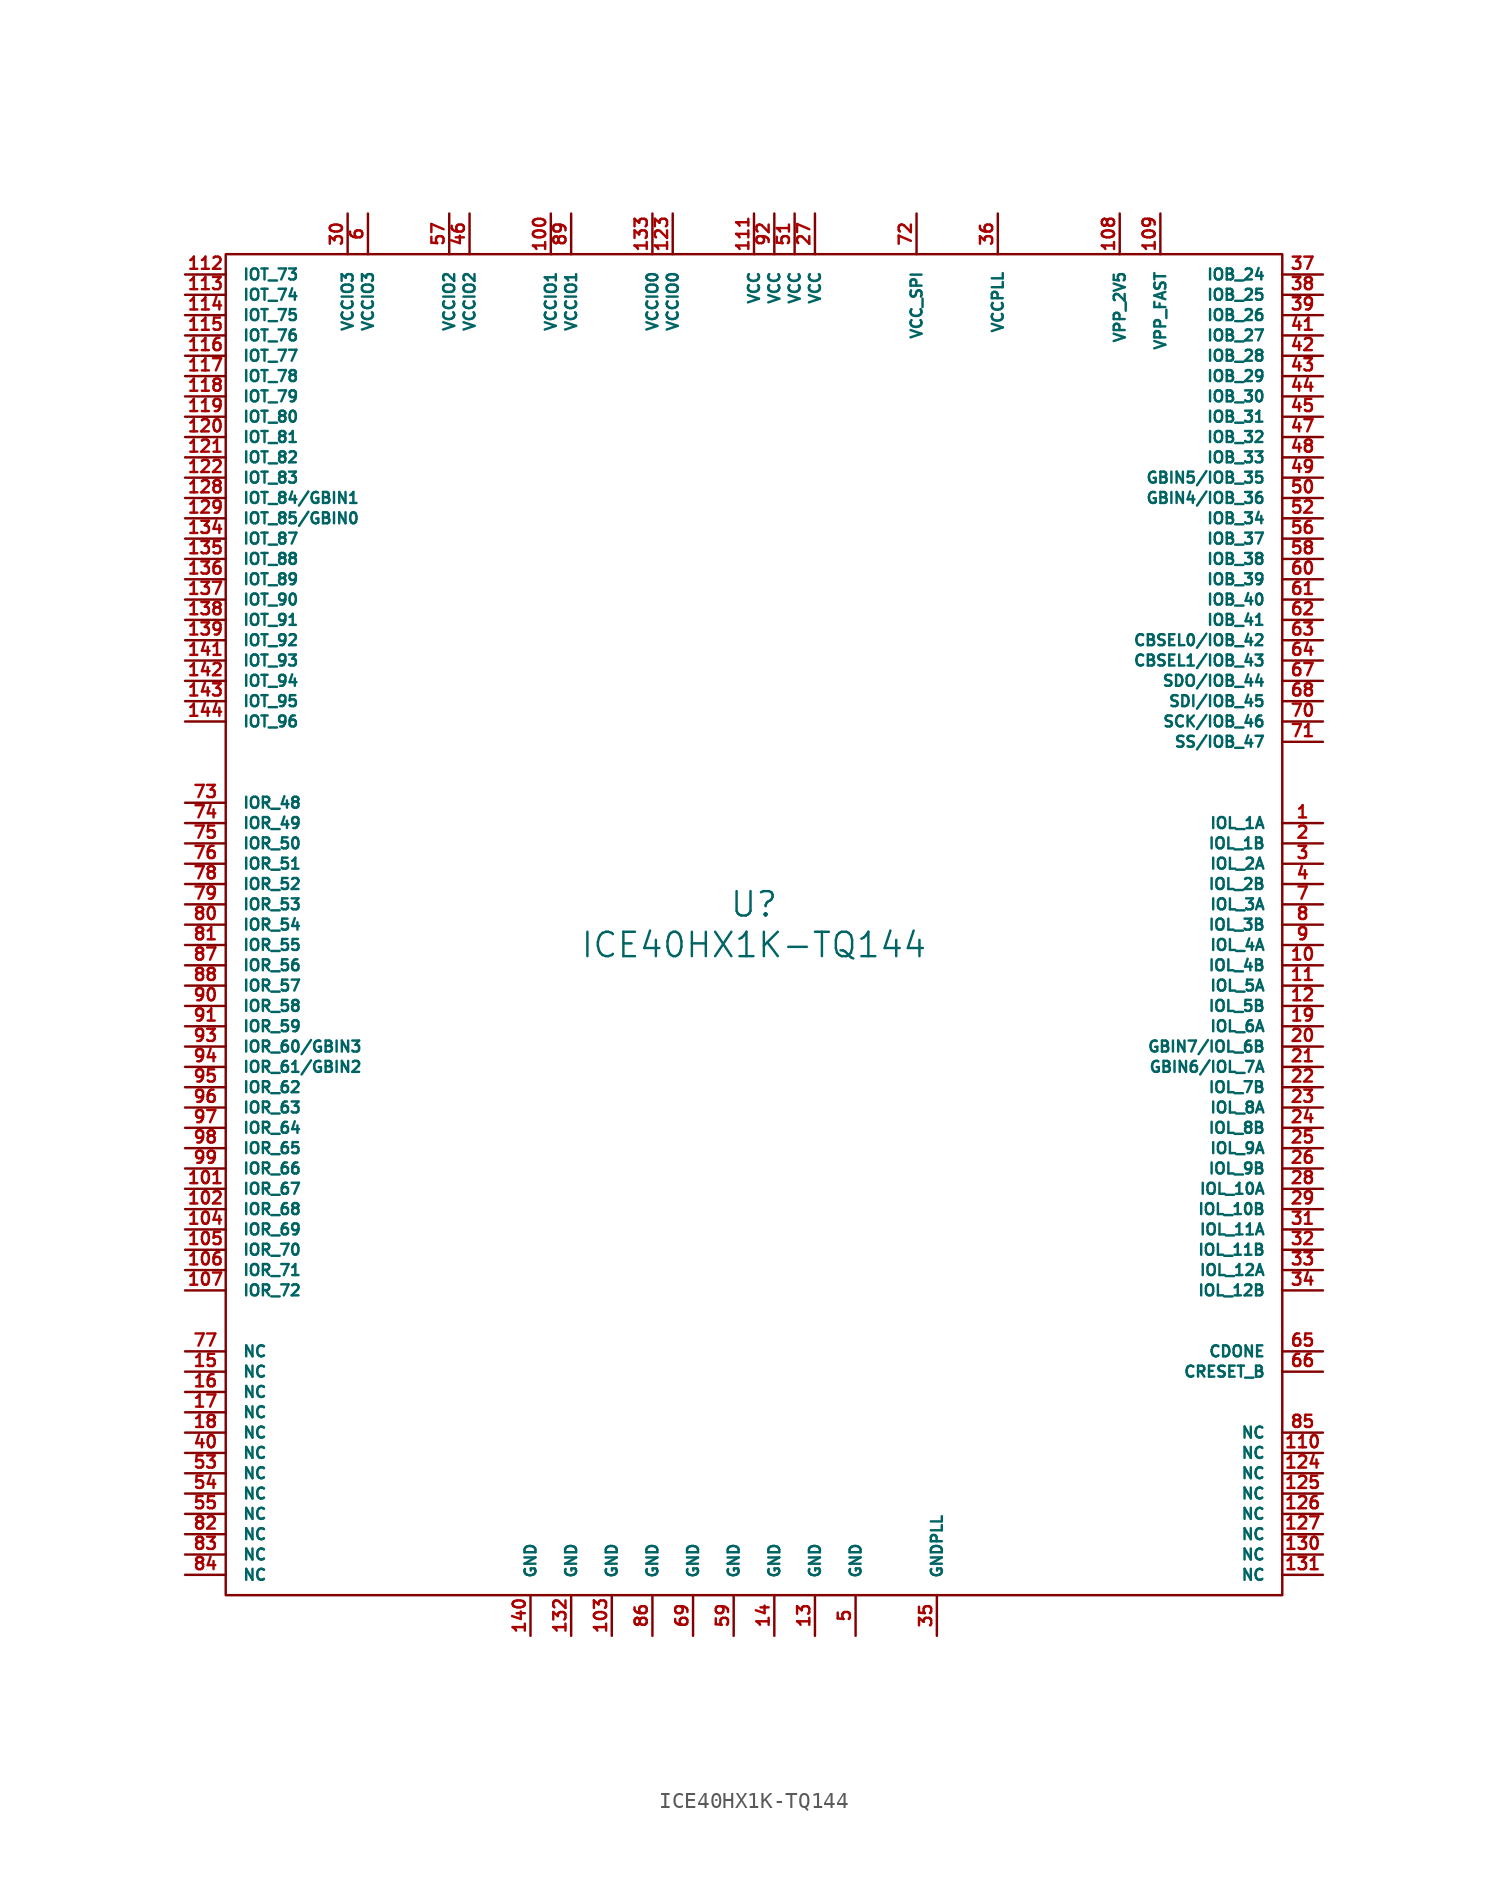
<source format=kicad_sym>
(kicad_symbol_lib
  (version 20220914)
  (generator kicad_symbol_editor)
  (symbol "ICE40HX1K-TQ144"
    (pin_names
      (offset 1.016))
    (property "Reference" "U"
      (at 0 1.27 0)
      (effects (font (size 1.524 1.524))))
    (property "Value" "ICE40HX1K-TQ144"
      (at 0 -1.27 0)
      (effects (font (size 1.524 1.524))))
    (property "Footprint" ""
      (at 0 3.81 0)
      (effects (font (size 1.524 1.524))))
    (property "Datasheet" ""
      (at 0 0 0)
      (effects (font (size 1.524 1.524))))
    (symbol "ICE40HX1K-TQ144_0_1"
      (rectangle (start 33.02 -41.91) (end -33.02 41.91) (stroke (width 0) (type solid)) (fill (type none))))
    (symbol "ICE40HX1K-TQ144_1_1"
      (pin passive line (at 35.56 6.35 180) (length 2.54) (name "IOL_1A" (effects (font (size 0.686 0.686)))) (number "1" (effects (font (size 0.762 0.762)))))
      (pin passive line (at 35.56 -2.54 180) (length 2.54) (name "IOL_4B" (effects (font (size 0.686 0.686)))) (number "10" (effects (font (size 0.762 0.762)))))
      (pin passive line (at -12.7 44.45 270) (length 2.54) (name "VCCIO1" (effects (font (size 0.686 0.686)))) (number "100" (effects (font (size 0.762 0.762)))))
      (pin passive line (at -35.56 -16.51 0) (length 2.54) (name "IOR_67" (effects (font (size 0.686 0.686)))) (number "101" (effects (font (size 0.762 0.762)))))
      (pin passive line (at -35.56 -17.78 0) (length 2.54) (name "IOR_68" (effects (font (size 0.686 0.686)))) (number "102" (effects (font (size 0.762 0.762)))))
      (pin passive line (at -8.89 -44.45 90) (length 2.54) (name "GND" (effects (font (size 0.686 0.686)))) (number "103" (effects (font (size 0.762 0.762)))))
      (pin passive line (at -35.56 -19.05 0) (length 2.54) (name "IOR_69" (effects (font (size 0.686 0.686)))) (number "104" (effects (font (size 0.762 0.762)))))
      (pin passive line (at -35.56 -20.32 0) (length 2.54) (name "IOR_70" (effects (font (size 0.686 0.686)))) (number "105" (effects (font (size 0.762 0.762)))))
      (pin passive line (at -35.56 -21.59 0) (length 2.54) (name "IOR_71" (effects (font (size 0.686 0.686)))) (number "106" (effects (font (size 0.762 0.762)))))
      (pin passive line (at -35.56 -22.86 0) (length 2.54) (name "IOR_72" (effects (font (size 0.686 0.686)))) (number "107" (effects (font (size 0.762 0.762)))))
      (pin passive line (at 22.86 44.45 270) (length 2.54) (name "VPP_2V5" (effects (font (size 0.686 0.686)))) (number "108" (effects (font (size 0.762 0.762)))))
      (pin passive line (at 25.4 44.45 270) (length 2.54) (name "VPP_FAST" (effects (font (size 0.686 0.686)))) (number "109" (effects (font (size 0.762 0.762)))))
      (pin passive line (at 35.56 -3.81 180) (length 2.54) (name "IOL_5A" (effects (font (size 0.686 0.686)))) (number "11" (effects (font (size 0.762 0.762)))))
      (pin passive line (at 35.56 -33.02 180) (length 2.54) (name "NC" (effects (font (size 0.686 0.686)))) (number "110" (effects (font (size 0.762 0.762)))))
      (pin passive line (at 0 44.45 270) (length 2.54) (name "VCC" (effects (font (size 0.686 0.686)))) (number "111" (effects (font (size 0.762 0.762)))))
      (pin passive line (at -35.56 40.64 0) (length 2.54) (name "IOT_73" (effects (font (size 0.686 0.686)))) (number "112" (effects (font (size 0.762 0.762)))))
      (pin passive line (at -35.56 39.37 0) (length 2.54) (name "IOT_74" (effects (font (size 0.686 0.686)))) (number "113" (effects (font (size 0.762 0.762)))))
      (pin passive line (at -35.56 38.1 0) (length 2.54) (name "IOT_75" (effects (font (size 0.686 0.686)))) (number "114" (effects (font (size 0.762 0.762)))))
      (pin passive line (at -35.56 36.83 0) (length 2.54) (name "IOT_76" (effects (font (size 0.686 0.686)))) (number "115" (effects (font (size 0.762 0.762)))))
      (pin passive line (at -35.56 35.56 0) (length 2.54) (name "IOT_77" (effects (font (size 0.686 0.686)))) (number "116" (effects (font (size 0.762 0.762)))))
      (pin passive line (at -35.56 34.29 0) (length 2.54) (name "IOT_78" (effects (font (size 0.686 0.686)))) (number "117" (effects (font (size 0.762 0.762)))))
      (pin passive line (at -35.56 33.02 0) (length 2.54) (name "IOT_79" (effects (font (size 0.686 0.686)))) (number "118" (effects (font (size 0.762 0.762)))))
      (pin passive line (at -35.56 31.75 0) (length 2.54) (name "IOT_80" (effects (font (size 0.686 0.686)))) (number "119" (effects (font (size 0.762 0.762)))))
      (pin passive line (at 35.56 -5.08 180) (length 2.54) (name "IOL_5B" (effects (font (size 0.686 0.686)))) (number "12" (effects (font (size 0.762 0.762)))))
      (pin passive line (at -35.56 30.48 0) (length 2.54) (name "IOT_81" (effects (font (size 0.686 0.686)))) (number "120" (effects (font (size 0.762 0.762)))))
      (pin passive line (at -35.56 29.21 0) (length 2.54) (name "IOT_82" (effects (font (size 0.686 0.686)))) (number "121" (effects (font (size 0.762 0.762)))))
      (pin passive line (at -35.56 27.94 0) (length 2.54) (name "IOT_83" (effects (font (size 0.686 0.686)))) (number "122" (effects (font (size 0.762 0.762)))))
      (pin passive line (at -5.08 44.45 270) (length 2.54) (name "VCCIO0" (effects (font (size 0.686 0.686)))) (number "123" (effects (font (size 0.762 0.762)))))
      (pin passive line (at 35.56 -34.29 180) (length 2.54) (name "NC" (effects (font (size 0.686 0.686)))) (number "124" (effects (font (size 0.762 0.762)))))
      (pin passive line (at 35.56 -35.56 180) (length 2.54) (name "NC" (effects (font (size 0.686 0.686)))) (number "125" (effects (font (size 0.762 0.762)))))
      (pin passive line (at 35.56 -36.83 180) (length 2.54) (name "NC" (effects (font (size 0.686 0.686)))) (number "126" (effects (font (size 0.762 0.762)))))
      (pin passive line (at 35.56 -38.1 180) (length 2.54) (name "NC" (effects (font (size 0.686 0.686)))) (number "127" (effects (font (size 0.762 0.762)))))
      (pin passive line (at -35.56 26.67 0) (length 2.54) (name "IOT_84/GBIN1" (effects (font (size 0.686 0.686)))) (number "128" (effects (font (size 0.762 0.762)))))
      (pin passive line (at -35.56 25.4 0) (length 2.54) (name "IOT_85/GBIN0" (effects (font (size 0.686 0.686)))) (number "129" (effects (font (size 0.762 0.762)))))
      (pin passive line (at 3.81 -44.45 90) (length 2.54) (name "GND" (effects (font (size 0.686 0.686)))) (number "13" (effects (font (size 0.762 0.762)))))
      (pin passive line (at 35.56 -39.37 180) (length 2.54) (name "NC" (effects (font (size 0.686 0.686)))) (number "130" (effects (font (size 0.762 0.762)))))
      (pin passive line (at 35.56 -40.64 180) (length 2.54) (name "NC" (effects (font (size 0.686 0.686)))) (number "131" (effects (font (size 0.762 0.762)))))
      (pin passive line (at -11.43 -44.45 90) (length 2.54) (name "GND" (effects (font (size 0.686 0.686)))) (number "132" (effects (font (size 0.762 0.762)))))
      (pin passive line (at -6.35 44.45 270) (length 2.54) (name "VCCIO0" (effects (font (size 0.686 0.686)))) (number "133" (effects (font (size 0.762 0.762)))))
      (pin passive line (at -35.56 24.13 0) (length 2.54) (name "IOT_87" (effects (font (size 0.686 0.686)))) (number "134" (effects (font (size 0.762 0.762)))))
      (pin passive line (at -35.56 22.86 0) (length 2.54) (name "IOT_88" (effects (font (size 0.686 0.686)))) (number "135" (effects (font (size 0.762 0.762)))))
      (pin passive line (at -35.56 21.59 0) (length 2.54) (name "IOT_89" (effects (font (size 0.686 0.686)))) (number "136" (effects (font (size 0.762 0.762)))))
      (pin passive line (at -35.56 20.32 0) (length 2.54) (name "IOT_90" (effects (font (size 0.686 0.686)))) (number "137" (effects (font (size 0.762 0.762)))))
      (pin passive line (at -35.56 19.05 0) (length 2.54) (name "IOT_91" (effects (font (size 0.686 0.686)))) (number "138" (effects (font (size 0.762 0.762)))))
      (pin passive line (at -35.56 17.78 0) (length 2.54) (name "IOT_92" (effects (font (size 0.686 0.686)))) (number "139" (effects (font (size 0.762 0.762)))))
      (pin passive line (at 1.27 -44.45 90) (length 2.54) (name "GND" (effects (font (size 0.686 0.686)))) (number "14" (effects (font (size 0.762 0.762)))))
      (pin passive line (at -13.97 -44.45 90) (length 2.54) (name "GND" (effects (font (size 0.686 0.686)))) (number "140" (effects (font (size 0.762 0.762)))))
      (pin passive line (at -35.56 16.51 0) (length 2.54) (name "IOT_93" (effects (font (size 0.686 0.686)))) (number "141" (effects (font (size 0.762 0.762)))))
      (pin passive line (at -35.56 15.24 0) (length 2.54) (name "IOT_94" (effects (font (size 0.686 0.686)))) (number "142" (effects (font (size 0.762 0.762)))))
      (pin passive line (at -35.56 13.97 0) (length 2.54) (name "IOT_95" (effects (font (size 0.686 0.686)))) (number "143" (effects (font (size 0.762 0.762)))))
      (pin passive line (at -35.56 12.7 0) (length 2.54) (name "IOT_96" (effects (font (size 0.686 0.686)))) (number "144" (effects (font (size 0.762 0.762)))))
      (pin passive line (at -35.56 -27.94 0) (length 2.54) (name "NC" (effects (font (size 0.686 0.686)))) (number "15" (effects (font (size 0.762 0.762)))))
      (pin passive line (at -35.56 -29.21 0) (length 2.54) (name "NC" (effects (font (size 0.686 0.686)))) (number "16" (effects (font (size 0.762 0.762)))))
      (pin passive line (at -35.56 -30.48 0) (length 2.54) (name "NC" (effects (font (size 0.686 0.686)))) (number "17" (effects (font (size 0.762 0.762)))))
      (pin passive line (at -35.56 -31.75 0) (length 2.54) (name "NC" (effects (font (size 0.686 0.686)))) (number "18" (effects (font (size 0.762 0.762)))))
      (pin passive line (at 35.56 -6.35 180) (length 2.54) (name "IOL_6A" (effects (font (size 0.686 0.686)))) (number "19" (effects (font (size 0.762 0.762)))))
      (pin passive line (at 35.56 5.08 180) (length 2.54) (name "IOL_1B" (effects (font (size 0.686 0.686)))) (number "2" (effects (font (size 0.762 0.762)))))
      (pin passive line (at 35.56 -7.62 180) (length 2.54) (name "GBIN7/IOL_6B" (effects (font (size 0.686 0.686)))) (number "20" (effects (font (size 0.762 0.762)))))
      (pin passive line (at 35.56 -8.89 180) (length 2.54) (name "GBIN6/IOL_7A" (effects (font (size 0.686 0.686)))) (number "21" (effects (font (size 0.762 0.762)))))
      (pin passive line (at 35.56 -10.16 180) (length 2.54) (name "IOL_7B" (effects (font (size 0.686 0.686)))) (number "22" (effects (font (size 0.762 0.762)))))
      (pin passive line (at 35.56 -11.43 180) (length 2.54) (name "IOL_8A" (effects (font (size 0.686 0.686)))) (number "23" (effects (font (size 0.762 0.762)))))
      (pin passive line (at 35.56 -12.7 180) (length 2.54) (name "IOL_8B" (effects (font (size 0.686 0.686)))) (number "24" (effects (font (size 0.762 0.762)))))
      (pin passive line (at 35.56 -13.97 180) (length 2.54) (name "IOL_9A" (effects (font (size 0.686 0.686)))) (number "25" (effects (font (size 0.762 0.762)))))
      (pin passive line (at 35.56 -15.24 180) (length 2.54) (name "IOL_9B" (effects (font (size 0.686 0.686)))) (number "26" (effects (font (size 0.762 0.762)))))
      (pin passive line (at 3.81 44.45 270) (length 2.54) (name "VCC" (effects (font (size 0.686 0.686)))) (number "27" (effects (font (size 0.762 0.762)))))
      (pin passive line (at 35.56 -16.51 180) (length 2.54) (name "IOL_10A" (effects (font (size 0.686 0.686)))) (number "28" (effects (font (size 0.762 0.762)))))
      (pin passive line (at 35.56 -17.78 180) (length 2.54) (name "IOL_10B" (effects (font (size 0.686 0.686)))) (number "29" (effects (font (size 0.762 0.762)))))
      (pin passive line (at 35.56 3.81 180) (length 2.54) (name "IOL_2A" (effects (font (size 0.686 0.686)))) (number "3" (effects (font (size 0.762 0.762)))))
      (pin passive line (at -25.4 44.45 270) (length 2.54) (name "VCCIO3" (effects (font (size 0.686 0.686)))) (number "30" (effects (font (size 0.762 0.762)))))
      (pin passive line (at 35.56 -19.05 180) (length 2.54) (name "IOL_11A" (effects (font (size 0.686 0.686)))) (number "31" (effects (font (size 0.762 0.762)))))
      (pin passive line (at 35.56 -20.32 180) (length 2.54) (name "IOL_11B" (effects (font (size 0.686 0.686)))) (number "32" (effects (font (size 0.762 0.762)))))
      (pin passive line (at 35.56 -21.59 180) (length 2.54) (name "IOL_12A" (effects (font (size 0.686 0.686)))) (number "33" (effects (font (size 0.762 0.762)))))
      (pin passive line (at 35.56 -22.86 180) (length 2.54) (name "IOL_12B" (effects (font (size 0.686 0.686)))) (number "34" (effects (font (size 0.762 0.762)))))
      (pin passive line (at 11.43 -44.45 90) (length 2.54) (name "GNDPLL" (effects (font (size 0.686 0.686)))) (number "35" (effects (font (size 0.762 0.762)))))
      (pin passive line (at 15.24 44.45 270) (length 2.54) (name "VCCPLL" (effects (font (size 0.686 0.686)))) (number "36" (effects (font (size 0.762 0.762)))))
      (pin passive line (at 35.56 40.64 180) (length 2.54) (name "IOB_24" (effects (font (size 0.686 0.686)))) (number "37" (effects (font (size 0.762 0.762)))))
      (pin passive line (at 35.56 39.37 180) (length 2.54) (name "IOB_25" (effects (font (size 0.686 0.686)))) (number "38" (effects (font (size 0.762 0.762)))))
      (pin passive line (at 35.56 38.1 180) (length 2.54) (name "IOB_26" (effects (font (size 0.686 0.686)))) (number "39" (effects (font (size 0.762 0.762)))))
      (pin passive line (at 35.56 2.54 180) (length 2.54) (name "IOL_2B" (effects (font (size 0.686 0.686)))) (number "4" (effects (font (size 0.762 0.762)))))
      (pin passive line (at -35.56 -33.02 0) (length 2.54) (name "NC" (effects (font (size 0.686 0.686)))) (number "40" (effects (font (size 0.762 0.762)))))
      (pin passive line (at 35.56 36.83 180) (length 2.54) (name "IOB_27" (effects (font (size 0.686 0.686)))) (number "41" (effects (font (size 0.762 0.762)))))
      (pin passive line (at 35.56 35.56 180) (length 2.54) (name "IOB_28" (effects (font (size 0.686 0.686)))) (number "42" (effects (font (size 0.762 0.762)))))
      (pin passive line (at 35.56 34.29 180) (length 2.54) (name "IOB_29" (effects (font (size 0.686 0.686)))) (number "43" (effects (font (size 0.762 0.762)))))
      (pin passive line (at 35.56 33.02 180) (length 2.54) (name "IOB_30" (effects (font (size 0.686 0.686)))) (number "44" (effects (font (size 0.762 0.762)))))
      (pin passive line (at 35.56 31.75 180) (length 2.54) (name "IOB_31" (effects (font (size 0.686 0.686)))) (number "45" (effects (font (size 0.762 0.762)))))
      (pin passive line (at -17.78 44.45 270) (length 2.54) (name "VCCIO2" (effects (font (size 0.686 0.686)))) (number "46" (effects (font (size 0.762 0.762)))))
      (pin passive line (at 35.56 30.48 180) (length 2.54) (name "IOB_32" (effects (font (size 0.686 0.686)))) (number "47" (effects (font (size 0.762 0.762)))))
      (pin passive line (at 35.56 29.21 180) (length 2.54) (name "IOB_33" (effects (font (size 0.686 0.686)))) (number "48" (effects (font (size 0.762 0.762)))))
      (pin passive line (at 35.56 27.94 180) (length 2.54) (name "GBIN5/IOB_35" (effects (font (size 0.686 0.686)))) (number "49" (effects (font (size 0.762 0.762)))))
      (pin passive line (at 6.35 -44.45 90) (length 2.54) (name "GND" (effects (font (size 0.686 0.686)))) (number "5" (effects (font (size 0.762 0.762)))))
      (pin passive line (at 35.56 26.67 180) (length 2.54) (name "GBIN4/IOB_36" (effects (font (size 0.686 0.686)))) (number "50" (effects (font (size 0.762 0.762)))))
      (pin passive line (at 2.54 44.45 270) (length 2.54) (name "VCC" (effects (font (size 0.686 0.686)))) (number "51" (effects (font (size 0.762 0.762)))))
      (pin passive line (at 35.56 25.4 180) (length 2.54) (name "IOB_34" (effects (font (size 0.686 0.686)))) (number "52" (effects (font (size 0.762 0.762)))))
      (pin passive line (at -35.56 -34.29 0) (length 2.54) (name "NC" (effects (font (size 0.686 0.686)))) (number "53" (effects (font (size 0.762 0.762)))))
      (pin passive line (at -35.56 -35.56 0) (length 2.54) (name "NC" (effects (font (size 0.686 0.686)))) (number "54" (effects (font (size 0.762 0.762)))))
      (pin passive line (at -35.56 -36.83 0) (length 2.54) (name "NC" (effects (font (size 0.686 0.686)))) (number "55" (effects (font (size 0.762 0.762)))))
      (pin passive line (at 35.56 24.13 180) (length 2.54) (name "IOB_37" (effects (font (size 0.686 0.686)))) (number "56" (effects (font (size 0.762 0.762)))))
      (pin passive line (at -19.05 44.45 270) (length 2.54) (name "VCCIO2" (effects (font (size 0.686 0.686)))) (number "57" (effects (font (size 0.762 0.762)))))
      (pin passive line (at 35.56 22.86 180) (length 2.54) (name "IOB_38" (effects (font (size 0.686 0.686)))) (number "58" (effects (font (size 0.762 0.762)))))
      (pin passive line (at -1.27 -44.45 90) (length 2.54) (name "GND" (effects (font (size 0.686 0.686)))) (number "59" (effects (font (size 0.762 0.762)))))
      (pin passive line (at -24.13 44.45 270) (length 2.54) (name "VCCIO3" (effects (font (size 0.686 0.686)))) (number "6" (effects (font (size 0.762 0.762)))))
      (pin passive line (at 35.56 21.59 180) (length 2.54) (name "IOB_39" (effects (font (size 0.686 0.686)))) (number "60" (effects (font (size 0.762 0.762)))))
      (pin passive line (at 35.56 20.32 180) (length 2.54) (name "IOB_40" (effects (font (size 0.686 0.686)))) (number "61" (effects (font (size 0.762 0.762)))))
      (pin passive line (at 35.56 19.05 180) (length 2.54) (name "IOB_41" (effects (font (size 0.686 0.686)))) (number "62" (effects (font (size 0.762 0.762)))))
      (pin passive line (at 35.56 17.78 180) (length 2.54) (name "CBSEL0/IOB_42" (effects (font (size 0.686 0.686)))) (number "63" (effects (font (size 0.762 0.762)))))
      (pin passive line (at 35.56 16.51 180) (length 2.54) (name "CBSEL1/IOB_43" (effects (font (size 0.686 0.686)))) (number "64" (effects (font (size 0.762 0.762)))))
      (pin passive line (at 35.56 -26.67 180) (length 2.54) (name "CDONE" (effects (font (size 0.686 0.686)))) (number "65" (effects (font (size 0.762 0.762)))))
      (pin passive line (at 35.56 -27.94 180) (length 2.54) (name "CRESET_B" (effects (font (size 0.686 0.686)))) (number "66" (effects (font (size 0.762 0.762)))))
      (pin passive line (at 35.56 15.24 180) (length 2.54) (name "SDO/IOB_44" (effects (font (size 0.686 0.686)))) (number "67" (effects (font (size 0.762 0.762)))))
      (pin passive line (at 35.56 13.97 180) (length 2.54) (name "SDI/IOB_45" (effects (font (size 0.686 0.686)))) (number "68" (effects (font (size 0.762 0.762)))))
      (pin passive line (at -3.81 -44.45 90) (length 2.54) (name "GND" (effects (font (size 0.686 0.686)))) (number "69" (effects (font (size 0.762 0.762)))))
      (pin passive line (at 35.56 1.27 180) (length 2.54) (name "IOL_3A" (effects (font (size 0.686 0.686)))) (number "7" (effects (font (size 0.762 0.762)))))
      (pin passive line (at 35.56 12.7 180) (length 2.54) (name "SCK/IOB_46" (effects (font (size 0.686 0.686)))) (number "70" (effects (font (size 0.762 0.762)))))
      (pin passive line (at 35.56 11.43 180) (length 2.54) (name "SS/IOB_47" (effects (font (size 0.686 0.686)))) (number "71" (effects (font (size 0.762 0.762)))))
      (pin passive line (at 10.16 44.45 270) (length 2.54) (name "VCC_SPI" (effects (font (size 0.686 0.686)))) (number "72" (effects (font (size 0.762 0.762)))))
      (pin passive line (at -35.56 7.62 0) (length 2.54) (name "IOR_48" (effects (font (size 0.686 0.686)))) (number "73" (effects (font (size 0.762 0.762)))))
      (pin passive line (at -35.56 6.35 0) (length 2.54) (name "IOR_49" (effects (font (size 0.686 0.686)))) (number "74" (effects (font (size 0.762 0.762)))))
      (pin passive line (at -35.56 5.08 0) (length 2.54) (name "IOR_50" (effects (font (size 0.686 0.686)))) (number "75" (effects (font (size 0.762 0.762)))))
      (pin passive line (at -35.56 3.81 0) (length 2.54) (name "IOR_51" (effects (font (size 0.686 0.686)))) (number "76" (effects (font (size 0.762 0.762)))))
      (pin passive line (at -35.56 -26.67 0) (length 2.54) (name "NC" (effects (font (size 0.686 0.686)))) (number "77" (effects (font (size 0.762 0.762)))))
      (pin passive line (at -35.56 2.54 0) (length 2.54) (name "IOR_52" (effects (font (size 0.686 0.686)))) (number "78" (effects (font (size 0.762 0.762)))))
      (pin passive line (at -35.56 1.27 0) (length 2.54) (name "IOR_53" (effects (font (size 0.686 0.686)))) (number "79" (effects (font (size 0.762 0.762)))))
      (pin passive line (at 35.56 0 180) (length 2.54) (name "IOL_3B" (effects (font (size 0.686 0.686)))) (number "8" (effects (font (size 0.762 0.762)))))
      (pin passive line (at -35.56 0 0) (length 2.54) (name "IOR_54" (effects (font (size 0.686 0.686)))) (number "80" (effects (font (size 0.762 0.762)))))
      (pin passive line (at -35.56 -1.27 0) (length 2.54) (name "IOR_55" (effects (font (size 0.686 0.686)))) (number "81" (effects (font (size 0.762 0.762)))))
      (pin passive line (at -35.56 -38.1 0) (length 2.54) (name "NC" (effects (font (size 0.686 0.686)))) (number "82" (effects (font (size 0.762 0.762)))))
      (pin passive line (at -35.56 -39.37 0) (length 2.54) (name "NC" (effects (font (size 0.686 0.686)))) (number "83" (effects (font (size 0.762 0.762)))))
      (pin passive line (at -35.56 -40.64 0) (length 2.54) (name "NC" (effects (font (size 0.686 0.686)))) (number "84" (effects (font (size 0.762 0.762)))))
      (pin passive line (at 35.56 -31.75 180) (length 2.54) (name "NC" (effects (font (size 0.686 0.686)))) (number "85" (effects (font (size 0.762 0.762)))))
      (pin passive line (at -6.35 -44.45 90) (length 2.54) (name "GND" (effects (font (size 0.686 0.686)))) (number "86" (effects (font (size 0.762 0.762)))))
      (pin passive line (at -35.56 -2.54 0) (length 2.54) (name "IOR_56" (effects (font (size 0.686 0.686)))) (number "87" (effects (font (size 0.762 0.762)))))
      (pin passive line (at -35.56 -3.81 0) (length 2.54) (name "IOR_57" (effects (font (size 0.686 0.686)))) (number "88" (effects (font (size 0.762 0.762)))))
      (pin passive line (at -11.43 44.45 270) (length 2.54) (name "VCCIO1" (effects (font (size 0.686 0.686)))) (number "89" (effects (font (size 0.762 0.762)))))
      (pin passive line (at 35.56 -1.27 180) (length 2.54) (name "IOL_4A" (effects (font (size 0.686 0.686)))) (number "9" (effects (font (size 0.762 0.762)))))
      (pin passive line (at -35.56 -5.08 0) (length 2.54) (name "IOR_58" (effects (font (size 0.686 0.686)))) (number "90" (effects (font (size 0.762 0.762)))))
      (pin passive line (at -35.56 -6.35 0) (length 2.54) (name "IOR_59" (effects (font (size 0.686 0.686)))) (number "91" (effects (font (size 0.762 0.762)))))
      (pin passive line (at 1.27 44.45 270) (length 2.54) (name "VCC" (effects (font (size 0.686 0.686)))) (number "92" (effects (font (size 0.762 0.762)))))
      (pin passive line (at -35.56 -7.62 0) (length 2.54) (name "IOR_60/GBIN3" (effects (font (size 0.686 0.686)))) (number "93" (effects (font (size 0.762 0.762)))))
      (pin passive line (at -35.56 -8.89 0) (length 2.54) (name "IOR_61/GBIN2" (effects (font (size 0.686 0.686)))) (number "94" (effects (font (size 0.762 0.762)))))
      (pin passive line (at -35.56 -10.16 0) (length 2.54) (name "IOR_62" (effects (font (size 0.686 0.686)))) (number "95" (effects (font (size 0.762 0.762)))))
      (pin passive line (at -35.56 -11.43 0) (length 2.54) (name "IOR_63" (effects (font (size 0.686 0.686)))) (number "96" (effects (font (size 0.762 0.762)))))
      (pin passive line (at -35.56 -12.7 0) (length 2.54) (name "IOR_64" (effects (font (size 0.686 0.686)))) (number "97" (effects (font (size 0.762 0.762)))))
      (pin passive line (at -35.56 -13.97 0) (length 2.54) (name "IOR_65" (effects (font (size 0.686 0.686)))) (number "98" (effects (font (size 0.762 0.762)))))
      (pin passive line (at -35.56 -15.24 0) (length 2.54) (name "IOR_66" (effects (font (size 0.686 0.686)))) (number "99" (effects (font (size 0.762 0.762))))))))
</source>
